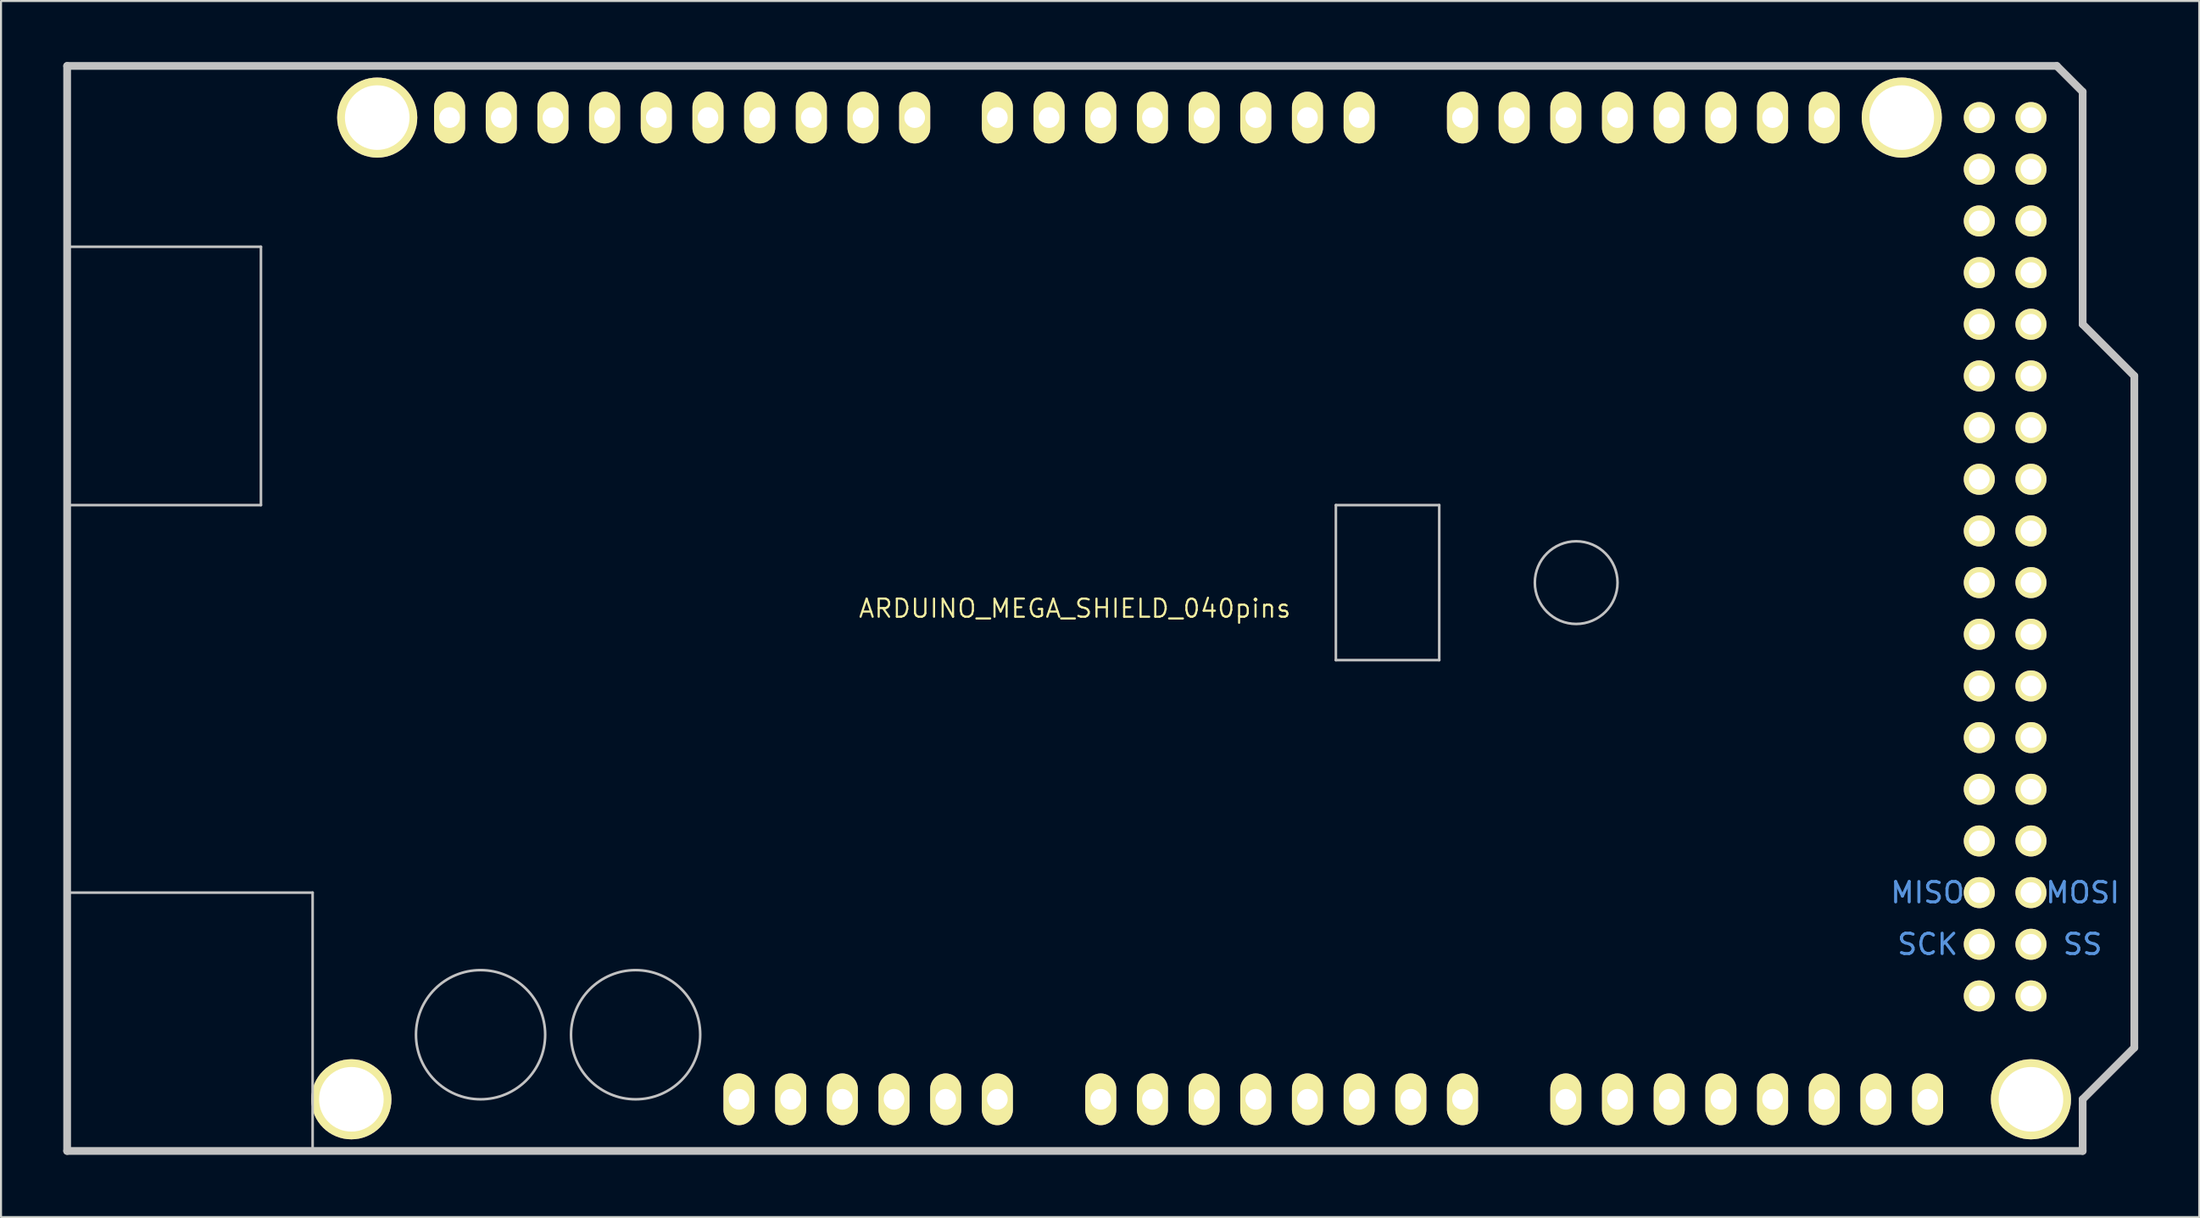
<source format=kicad_pcb>
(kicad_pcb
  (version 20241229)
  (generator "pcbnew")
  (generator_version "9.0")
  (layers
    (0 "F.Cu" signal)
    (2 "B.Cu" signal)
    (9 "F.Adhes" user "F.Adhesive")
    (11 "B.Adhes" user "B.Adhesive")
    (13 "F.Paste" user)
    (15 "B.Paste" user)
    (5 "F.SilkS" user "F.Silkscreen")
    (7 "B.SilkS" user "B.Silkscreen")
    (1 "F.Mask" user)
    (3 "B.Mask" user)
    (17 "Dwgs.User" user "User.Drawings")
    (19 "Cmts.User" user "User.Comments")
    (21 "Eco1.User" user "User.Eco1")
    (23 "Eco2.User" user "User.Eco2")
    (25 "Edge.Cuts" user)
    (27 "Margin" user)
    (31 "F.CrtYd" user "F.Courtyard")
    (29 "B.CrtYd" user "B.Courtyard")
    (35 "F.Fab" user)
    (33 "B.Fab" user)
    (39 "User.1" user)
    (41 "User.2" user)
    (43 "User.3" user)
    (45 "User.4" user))
  (footprint "ARDUINO_MEGA_SHIELD_040pins"
    (layer "F.Cu")
    (at 0.25 53.531)
    (property "Reference" "ARDUINO_MEGA_SHIELD_040pins" (at 49.53 -26.67 0) (layer "F.SilkS") (effects (font (size 0.892 0.892) (thickness 0.105))))
    (attr through_hole)
    (fp_line (start 0 -44.45) (end 9.525 -44.45) (stroke (width 0.127) (type solid)) (layer "Dwgs.User"))
    (fp_line (start 0 -12.7) (end 12.065 -12.7) (stroke (width 0.127) (type solid)) (layer "Dwgs.User"))
    (fp_line (start 0 0) (end 0 -53.34) (stroke (width 0.381) (type solid)) (layer "Dwgs.User"))
    (fp_line (start 9.525 -44.45) (end 9.525 -31.75) (stroke (width 0.127) (type solid)) (layer "Dwgs.User"))
    (fp_line (start 9.525 -31.75) (end 0 -31.75) (stroke (width 0.127) (type solid)) (layer "Dwgs.User"))
    (fp_line (start 12.065 -12.7) (end 12.065 0) (stroke (width 0.127) (type solid)) (layer "Dwgs.User"))
    (fp_line (start 62.357 -31.75) (end 62.357 -24.13) (stroke (width 0.127) (type solid)) (layer "Dwgs.User"))
    (fp_line (start 62.357 -24.13) (end 67.437 -24.13) (stroke (width 0.127) (type solid)) (layer "Dwgs.User"))
    (fp_line (start 67.437 -31.75) (end 62.357 -31.75) (stroke (width 0.127) (type solid)) (layer "Dwgs.User"))
    (fp_line (start 67.437 -24.13) (end 67.437 -31.75) (stroke (width 0.127) (type solid)) (layer "Dwgs.User"))
    (fp_line (start 97.79 -53.34) (end 0 -53.34) (stroke (width 0.381) (type solid)) (layer "Dwgs.User"))
    (fp_line (start 99.06 -52.07) (end 97.79 -53.34) (stroke (width 0.381) (type solid)) (layer "Dwgs.User"))
    (fp_line (start 99.06 -40.64) (end 99.06 -52.07) (stroke (width 0.381) (type solid)) (layer "Dwgs.User"))
    (fp_line (start 99.06 -40.64) (end 101.6 -38.1) (stroke (width 0.381) (type solid)) (layer "Dwgs.User"))
    (fp_line (start 99.06 -2.54) (end 99.06 0) (stroke (width 0.381) (type solid)) (layer "Dwgs.User"))
    (fp_line (start 99.06 0) (end 0 0) (stroke (width 0.381) (type solid)) (layer "Dwgs.User"))
    (fp_line (start 101.6 -38.1) (end 101.6 -5.08) (stroke (width 0.381) (type solid)) (layer "Dwgs.User"))
    (fp_line (start 101.6 -5.08) (end 99.06 -2.54) (stroke (width 0.381) (type solid)) (layer "Dwgs.User"))
    (fp_circle (center 20.32 -5.715) (end 23.495 -5.715) (stroke (width 0.127) (type solid)) (fill no) (layer "Dwgs.User"))
    (fp_circle (center 27.94 -5.715) (end 31.115 -5.715) (stroke (width 0.127) (type solid)) (fill no) (layer "Dwgs.User"))
    (fp_circle (center 74.168 -27.94) (end 76.2 -27.94) (stroke (width 0.127) (type solid)) (fill no) (layer "Dwgs.User"))
    (fp_text user "MISO" (at 91.44 -12.7 0) (layer "Cmts.User") (effects (font (size 1 1) (thickness 0.15))))
    (fp_text user "SS" (at 99.06 -10.16 0) (layer "Cmts.User") (effects (font (size 1 1) (thickness 0.15))))
    (fp_text user "SCK" (at 91.44 -10.16 0) (layer "Cmts.User") (effects (font (size 1 1) (thickness 0.15))))
    (fp_text user "MOSI" (at 99.06 -12.7 0) (layer "Cmts.User") (effects (font (size 1 1) (thickness 0.15))))
    (pad "" thru_hole circle (at 13.97 -2.54 90) (size 3.937 3.937) (drill 3.175) (layers "*.Cu" "*.Mask" "F.SilkS"))
    (pad "" thru_hole circle (at 15.24 -50.8 90) (size 3.937 3.937) (drill 3.175) (layers "*.Cu" "*.Mask" "F.SilkS"))
    (pad "" thru_hole oval (at 18.796 -50.8 90) (size 2.54 1.524) (drill 1.016) (layers "*.Cu" "*.Mask" "F.SilkS"))
    (pad "" thru_hole oval (at 21.336 -50.8 90) (size 2.54 1.524) (drill 1.016) (layers "*.Cu" "*.Mask" "F.SilkS"))
    (pad "" thru_hole circle (at 90.17 -50.8 90) (size 3.937 3.937) (drill 3.175) (layers "*.Cu" "*.Mask" "F.SilkS"))
    (pad "" thru_hole circle (at 96.52 -2.54 90) (size 3.937 3.937) (drill 3.175) (layers "*.Cu" "*.Mask" "F.SilkS"))
    (pad "0" thru_hole oval (at 63.5 -50.8 90) (size 2.54 1.524) (drill 1.016) (layers "*.Cu" "*.Mask" "F.SilkS"))
    (pad "1" thru_hole oval (at 60.96 -50.8 90) (size 2.54 1.524) (drill 1.016) (layers "*.Cu" "*.Mask" "F.SilkS"))
    (pad "2" thru_hole oval (at 58.42 -50.8 90) (size 2.54 1.524) (drill 1.016) (layers "*.Cu" "*.Mask" "F.SilkS"))
    (pad "3" thru_hole oval (at 55.88 -50.8 90) (size 2.54 1.524) (drill 1.016) (layers "*.Cu" "*.Mask" "F.SilkS"))
    (pad "3V3" thru_hole oval (at 35.56 -2.54 90) (size 2.54 1.524) (drill 1.016) (layers "*.Cu" "*.Mask" "F.SilkS"))
    (pad "4" thru_hole oval (at 53.34 -50.8 90) (size 2.54 1.524) (drill 1.016) (layers "*.Cu" "*.Mask" "F.SilkS"))
    (pad "5" thru_hole oval (at 50.8 -50.8 90) (size 2.54 1.524) (drill 1.016) (layers "*.Cu" "*.Mask" "F.SilkS"))
    (pad "5V" thru_hole oval (at 38.1 -2.54 90) (size 2.54 1.524) (drill 1.016) (layers "*.Cu" "*.Mask" "F.SilkS"))
    (pad "5V_4" thru_hole circle (at 93.98 -50.8) (size 1.524 1.524) (drill 1.016) (layers "*.Cu" "*.Mask" "F.SilkS"))
    (pad "5V_5" thru_hole circle (at 96.52 -50.8) (size 1.524 1.524) (drill 1.016) (layers "*.Cu" "*.Mask" "F.SilkS"))
    (pad "6" thru_hole oval (at 48.26 -50.8 90) (size 2.54 1.524) (drill 1.016) (layers "*.Cu" "*.Mask" "F.SilkS"))
    (pad "7" thru_hole oval (at 45.72 -50.8 90) (size 2.54 1.524) (drill 1.016) (layers "*.Cu" "*.Mask" "F.SilkS"))
    (pad "8" thru_hole oval (at 41.656 -50.8 90) (size 2.54 1.524) (drill 1.016) (layers "*.Cu" "*.Mask" "F.SilkS"))
    (pad "9" thru_hole oval (at 39.116 -50.8 90) (size 2.54 1.524) (drill 1.016) (layers "*.Cu" "*.Mask" "F.SilkS"))
    (pad "10" thru_hole oval (at 36.576 -50.8 90) (size 2.54 1.524) (drill 1.016) (layers "*.Cu" "*.Mask" "F.SilkS"))
    (pad "11" thru_hole oval (at 34.036 -50.8 90) (size 2.54 1.524) (drill 1.016) (layers "*.Cu" "*.Mask" "F.SilkS"))
    (pad "12" thru_hole oval (at 31.496 -50.8 90) (size 2.54 1.524) (drill 1.016) (layers "*.Cu" "*.Mask" "F.SilkS"))
    (pad "13" thru_hole oval (at 28.956 -50.8 90) (size 2.54 1.524) (drill 1.016) (layers "*.Cu" "*.Mask" "F.SilkS"))
    (pad "14" thru_hole oval (at 68.58 -50.8 90) (size 2.54 1.524) (drill 1.016) (layers "*.Cu" "*.Mask" "F.SilkS"))
    (pad "15" thru_hole oval (at 71.12 -50.8 90) (size 2.54 1.524) (drill 1.016) (layers "*.Cu" "*.Mask" "F.SilkS"))
    (pad "16" thru_hole oval (at 73.66 -50.8 90) (size 2.54 1.524) (drill 1.016) (layers "*.Cu" "*.Mask" "F.SilkS"))
    (pad "17" thru_hole oval (at 76.2 -50.8 90) (size 2.54 1.524) (drill 1.016) (layers "*.Cu" "*.Mask" "F.SilkS"))
    (pad "18" thru_hole oval (at 78.74 -50.8 90) (size 2.54 1.524) (drill 1.016) (layers "*.Cu" "*.Mask" "F.SilkS"))
    (pad "19" thru_hole oval (at 81.28 -50.8 90) (size 2.54 1.524) (drill 1.016) (layers "*.Cu" "*.Mask" "F.SilkS"))
    (pad "20" thru_hole oval (at 83.82 -50.8 90) (size 2.54 1.524) (drill 1.016) (layers "*.Cu" "*.Mask" "F.SilkS"))
    (pad "21" thru_hole oval (at 86.36 -50.8 90) (size 2.54 1.524) (drill 1.016) (layers "*.Cu" "*.Mask" "F.SilkS"))
    (pad "22" thru_hole circle (at 93.98 -48.26) (size 1.524 1.524) (drill 1.016) (layers "*.Cu" "*.Mask" "F.SilkS"))
    (pad "23" thru_hole circle (at 96.52 -48.26) (size 1.524 1.524) (drill 1.016) (layers "*.Cu" "*.Mask" "F.SilkS"))
    (pad "24" thru_hole circle (at 93.98 -45.72) (size 1.524 1.524) (drill 1.016) (layers "*.Cu" "*.Mask" "F.SilkS"))
    (pad "25" thru_hole circle (at 96.52 -45.72) (size 1.524 1.524) (drill 1.016) (layers "*.Cu" "*.Mask" "F.SilkS"))
    (pad "26" thru_hole circle (at 93.98 -43.18) (size 1.524 1.524) (drill 1.016) (layers "*.Cu" "*.Mask" "F.SilkS"))
    (pad "27" thru_hole circle (at 96.52 -43.18) (size 1.524 1.524) (drill 1.016) (layers "*.Cu" "*.Mask" "F.SilkS"))
    (pad "28" thru_hole circle (at 93.98 -40.64) (size 1.524 1.524) (drill 1.016) (layers "*.Cu" "*.Mask" "F.SilkS"))
    (pad "29" thru_hole circle (at 96.52 -40.64) (size 1.524 1.524) (drill 1.016) (layers "*.Cu" "*.Mask" "F.SilkS"))
    (pad "30" thru_hole circle (at 93.98 -38.1) (size 1.524 1.524) (drill 1.016) (layers "*.Cu" "*.Mask" "F.SilkS"))
    (pad "31" thru_hole circle (at 96.52 -38.1) (size 1.524 1.524) (drill 1.016) (layers "*.Cu" "*.Mask" "F.SilkS"))
    (pad "32" thru_hole circle (at 93.98 -35.56) (size 1.524 1.524) (drill 1.016) (layers "*.Cu" "*.Mask" "F.SilkS"))
    (pad "33" thru_hole circle (at 96.52 -35.56) (size 1.524 1.524) (drill 1.016) (layers "*.Cu" "*.Mask" "F.SilkS"))
    (pad "34" thru_hole circle (at 93.98 -33.02) (size 1.524 1.524) (drill 1.016) (layers "*.Cu" "*.Mask" "F.SilkS"))
    (pad "35" thru_hole circle (at 96.52 -33.02) (size 1.524 1.524) (drill 1.016) (layers "*.Cu" "*.Mask" "F.SilkS"))
    (pad "36" thru_hole circle (at 93.98 -30.48) (size 1.524 1.524) (drill 1.016) (layers "*.Cu" "*.Mask" "F.SilkS"))
    (pad "37" thru_hole circle (at 96.52 -30.48) (size 1.524 1.524) (drill 1.016) (layers "*.Cu" "*.Mask" "F.SilkS"))
    (pad "38" thru_hole circle (at 93.98 -27.94) (size 1.524 1.524) (drill 1.016) (layers "*.Cu" "*.Mask" "F.SilkS"))
    (pad "39" thru_hole circle (at 96.52 -27.94) (size 1.524 1.524) (drill 1.016) (layers "*.Cu" "*.Mask" "F.SilkS"))
    (pad "40" thru_hole circle (at 93.98 -25.4) (size 1.524 1.524) (drill 1.016) (layers "*.Cu" "*.Mask" "F.SilkS"))
    (pad "41" thru_hole circle (at 96.52 -25.4) (size 1.524 1.524) (drill 1.016) (layers "*.Cu" "*.Mask" "F.SilkS"))
    (pad "42" thru_hole circle (at 93.98 -22.86) (size 1.524 1.524) (drill 1.016) (layers "*.Cu" "*.Mask" "F.SilkS"))
    (pad "43" thru_hole circle (at 96.52 -22.86) (size 1.524 1.524) (drill 1.016) (layers "*.Cu" "*.Mask" "F.SilkS"))
    (pad "44" thru_hole circle (at 93.98 -20.32) (size 1.524 1.524) (drill 1.016) (layers "*.Cu" "*.Mask" "F.SilkS"))
    (pad "45" thru_hole circle (at 96.52 -20.32) (size 1.524 1.524) (drill 1.016) (layers "*.Cu" "*.Mask" "F.SilkS"))
    (pad "46" thru_hole circle (at 93.98 -17.78) (size 1.524 1.524) (drill 1.016) (layers "*.Cu" "*.Mask" "F.SilkS"))
    (pad "47" thru_hole circle (at 96.52 -17.78) (size 1.524 1.524) (drill 1.016) (layers "*.Cu" "*.Mask" "F.SilkS"))
    (pad "48" thru_hole circle (at 93.98 -15.24) (size 1.524 1.524) (drill 1.016) (layers "*.Cu" "*.Mask" "F.SilkS"))
    (pad "49" thru_hole circle (at 96.52 -15.24) (size 1.524 1.524) (drill 1.016) (layers "*.Cu" "*.Mask" "F.SilkS"))
    (pad "50" thru_hole circle (at 93.98 -12.7) (size 1.524 1.524) (drill 1.016) (layers "*.Cu" "*.Mask" "F.SilkS"))
    (pad "51" thru_hole circle (at 96.52 -12.7) (size 1.524 1.524) (drill 1.016) (layers "*.Cu" "*.Mask" "F.SilkS"))
    (pad "52" thru_hole circle (at 93.98 -10.16) (size 1.524 1.524) (drill 1.016) (layers "*.Cu" "*.Mask" "F.SilkS"))
    (pad "53" thru_hole circle (at 96.52 -10.16) (size 1.524 1.524) (drill 1.016) (layers "*.Cu" "*.Mask" "F.SilkS"))
    (pad "AD0" thru_hole oval (at 50.8 -2.54 90) (size 2.54 1.524) (drill 1.016) (layers "*.Cu" "*.Mask" "F.SilkS"))
    (pad "AD1" thru_hole oval (at 53.34 -2.54 90) (size 2.54 1.524) (drill 1.016) (layers "*.Cu" "*.Mask" "F.SilkS"))
    (pad "AD2" thru_hole oval (at 55.88 -2.54 90) (size 2.54 1.524) (drill 1.016) (layers "*.Cu" "*.Mask" "F.SilkS"))
    (pad "AD3" thru_hole oval (at 58.42 -2.54 90) (size 2.54 1.524) (drill 1.016) (layers "*.Cu" "*.Mask" "F.SilkS"))
    (pad "AD4" thru_hole oval (at 60.96 -2.54 90) (size 2.54 1.524) (drill 1.016) (layers "*.Cu" "*.Mask" "F.SilkS"))
    (pad "AD5" thru_hole oval (at 63.5 -2.54 90) (size 2.54 1.524) (drill 1.016) (layers "*.Cu" "*.Mask" "F.SilkS"))
    (pad "AD6" thru_hole oval (at 66.04 -2.54 90) (size 2.54 1.524) (drill 1.016) (layers "*.Cu" "*.Mask" "F.SilkS"))
    (pad "AD7" thru_hole oval (at 68.58 -2.54 90) (size 2.54 1.524) (drill 1.016) (layers "*.Cu" "*.Mask" "F.SilkS"))
    (pad "AD8" thru_hole oval (at 73.66 -2.54 90) (size 2.54 1.524) (drill 1.016) (layers "*.Cu" "*.Mask" "F.SilkS"))
    (pad "AD9" thru_hole oval (at 76.2 -2.54 90) (size 2.54 1.524) (drill 1.016) (layers "*.Cu" "*.Mask" "F.SilkS"))
    (pad "AD10" thru_hole oval (at 78.74 -2.54 90) (size 2.54 1.524) (drill 1.016) (layers "*.Cu" "*.Mask" "F.SilkS"))
    (pad "AD11" thru_hole oval (at 81.28 -2.54 90) (size 2.54 1.524) (drill 1.016) (layers "*.Cu" "*.Mask" "F.SilkS"))
    (pad "AD12" thru_hole oval (at 83.82 -2.54 90) (size 2.54 1.524) (drill 1.016) (layers "*.Cu" "*.Mask" "F.SilkS"))
    (pad "AD13" thru_hole oval (at 86.36 -2.54 90) (size 2.54 1.524) (drill 1.016) (layers "*.Cu" "*.Mask" "F.SilkS"))
    (pad "AD14" thru_hole oval (at 88.9 -2.54 90) (size 2.54 1.524) (drill 1.016) (layers "*.Cu" "*.Mask" "F.SilkS"))
    (pad "AD15" thru_hole oval (at 91.44 -2.54 90) (size 2.54 1.524) (drill 1.016) (layers "*.Cu" "*.Mask" "F.SilkS"))
    (pad "AREF" thru_hole oval (at 23.876 -50.8 90) (size 2.54 1.524) (drill 1.016) (layers "*.Cu" "*.Mask" "F.SilkS"))
    (pad "GND1" thru_hole oval (at 40.64 -2.54 90) (size 2.54 1.524) (drill 1.016) (layers "*.Cu" "*.Mask" "F.SilkS"))
    (pad "GND2" thru_hole oval (at 43.18 -2.54 90) (size 2.54 1.524) (drill 1.016) (layers "*.Cu" "*.Mask" "F.SilkS"))
    (pad "GND3" thru_hole oval (at 26.416 -50.8 90) (size 2.54 1.524) (drill 1.016) (layers "*.Cu" "*.Mask" "F.SilkS"))
    (pad "GND4" thru_hole circle (at 93.98 -7.62) (size 1.524 1.524) (drill 1.016) (layers "*.Cu" "*.Mask" "F.SilkS"))
    (pad "GND5" thru_hole circle (at 96.52 -7.62) (size 1.524 1.524) (drill 1.016) (layers "*.Cu" "*.Mask" "F.SilkS"))
    (pad "RST" thru_hole oval (at 33.02 -2.54 90) (size 2.54 1.524) (drill 1.016) (layers "*.Cu" "*.Mask" "F.SilkS"))
    (pad "V_IN" thru_hole oval (at 45.72 -2.54 90) (size 2.54 1.524) (drill 1.016) (layers "*.Cu" "*.Mask" "F.SilkS")))
  (gr_rect
    (start -3 -3)
    (end 105.04 56.781)
    (stroke (width 0.1) (type default))
    (fill no)
    (layer "Edge.Cuts")))
</source>
